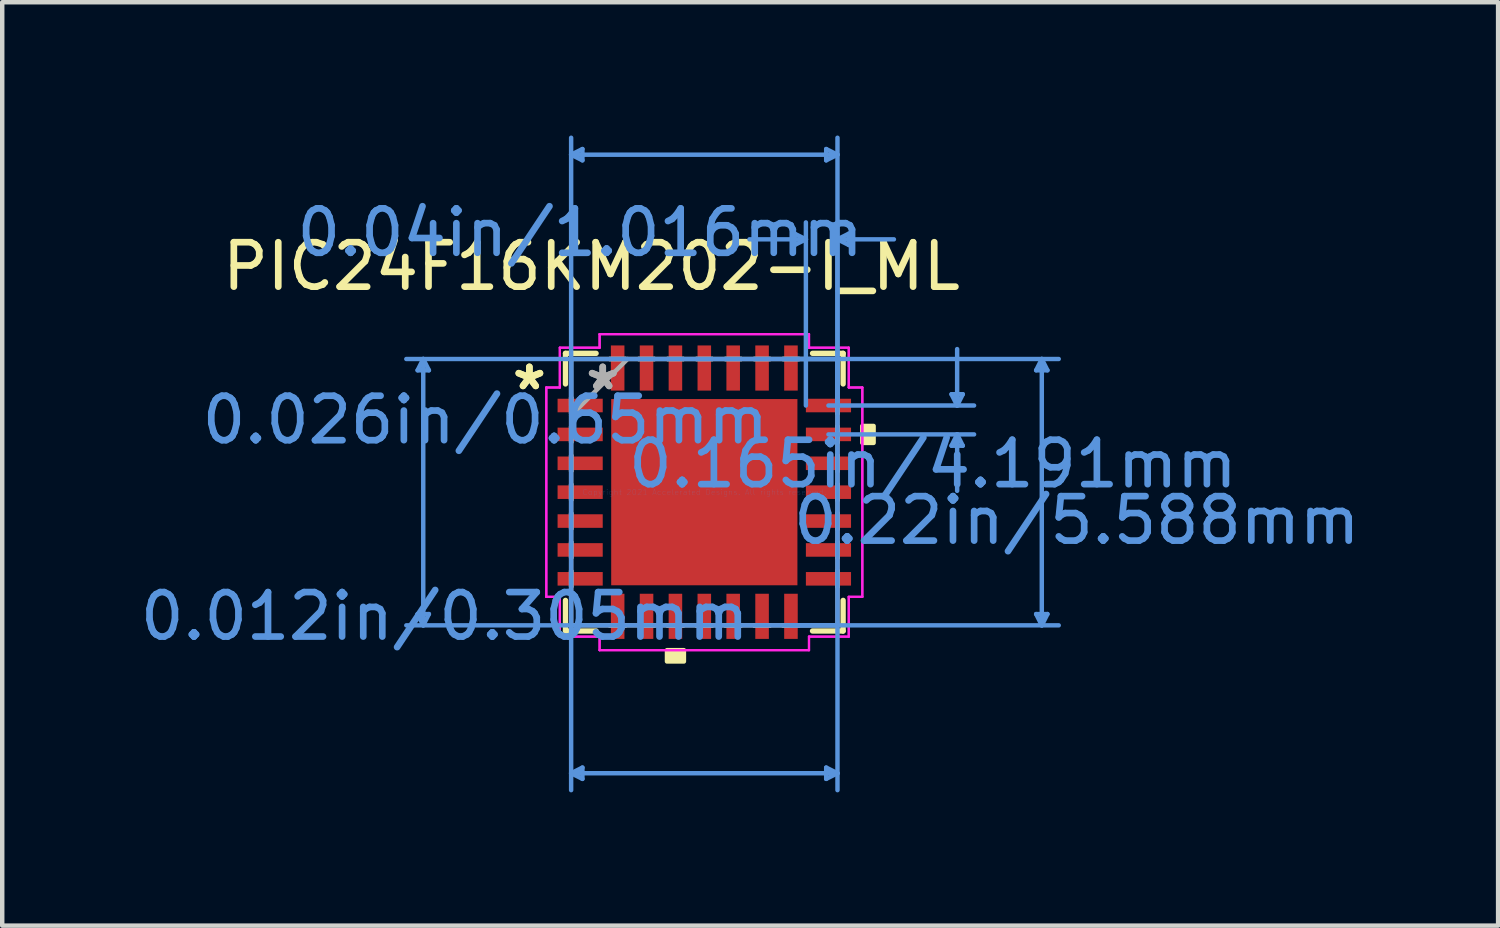
<source format=kicad_pcb>
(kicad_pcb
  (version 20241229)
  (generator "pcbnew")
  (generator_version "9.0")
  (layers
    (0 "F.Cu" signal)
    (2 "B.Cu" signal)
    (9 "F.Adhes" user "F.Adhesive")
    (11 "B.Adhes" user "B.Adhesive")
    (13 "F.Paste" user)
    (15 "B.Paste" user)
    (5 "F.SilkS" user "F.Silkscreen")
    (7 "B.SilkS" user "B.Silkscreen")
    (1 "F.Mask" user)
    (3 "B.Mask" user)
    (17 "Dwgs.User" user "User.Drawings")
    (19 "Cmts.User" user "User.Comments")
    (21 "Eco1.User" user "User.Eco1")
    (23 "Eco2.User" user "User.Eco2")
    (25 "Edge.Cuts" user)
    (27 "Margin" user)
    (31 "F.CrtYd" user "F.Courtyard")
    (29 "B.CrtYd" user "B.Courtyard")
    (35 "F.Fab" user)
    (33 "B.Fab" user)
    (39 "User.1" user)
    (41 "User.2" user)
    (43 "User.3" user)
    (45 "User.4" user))
  (footprint "PIC24F16KM202-I_ML"
    (layer "F.Cu")
    (at 12.8 8.026)
    (property "Reference" "PIC24F16KM202-I_ML" (at -2.54 -5.08 0) (layer "F.SilkS") (effects (font (size 1 1) (thickness 0.15))))
    (attr through_hole)
    (fp_line (start -3.124 -3.124) (end -3.124 -2.435) (stroke (width 0.12) (type solid)) (layer "F.SilkS"))
    (fp_line (start -3.124 2.435) (end -3.124 3.124) (stroke (width 0.12) (type solid)) (layer "F.SilkS"))
    (fp_line (start -3.124 3.124) (end -2.435 3.124) (stroke (width 0.12) (type solid)) (layer "F.SilkS"))
    (fp_line (start -2.435 -3.124) (end -3.124 -3.124) (stroke (width 0.12) (type solid)) (layer "F.SilkS"))
    (fp_line (start 2.435 3.124) (end 3.124 3.124) (stroke (width 0.12) (type solid)) (layer "F.SilkS"))
    (fp_line (start 3.124 -3.124) (end 2.435 -3.124) (stroke (width 0.12) (type solid)) (layer "F.SilkS"))
    (fp_line (start 3.124 -2.435) (end 3.124 -3.124) (stroke (width 0.12) (type solid)) (layer "F.SilkS"))
    (fp_line (start 3.124 3.124) (end 3.124 2.435) (stroke (width 0.12) (type solid)) (layer "F.SilkS"))
    (fp_poly (pts (xy -0.84 3.556) (xy -0.84 3.81) (xy -0.459 3.81) (xy -0.459 3.556)) (stroke (width 0.1) (type solid)) (fill yes) (layer "F.SilkS"))
    (fp_poly (pts (xy 3.81 -1.49) (xy 3.81 -1.109) (xy 3.556 -1.109) (xy 3.556 -1.49)) (stroke (width 0.1) (type solid)) (fill yes) (layer "F.SilkS"))
    (fp_poly (pts (xy -1.996 -1.996) (xy -1.996 -0.798) (xy -0.798 -0.798) (xy -0.798 -1.996)) (stroke (width 0.1) (type solid)) (fill yes) (layer "F.Paste"))
    (fp_poly (pts (xy -1.996 -0.599) (xy -1.996 0.599) (xy -0.798 0.599) (xy -0.798 -0.599)) (stroke (width 0.1) (type solid)) (fill yes) (layer "F.Paste"))
    (fp_poly (pts (xy -1.996 0.798) (xy -1.996 1.996) (xy -0.798 1.996) (xy -0.798 0.798)) (stroke (width 0.1) (type solid)) (fill yes) (layer "F.Paste"))
    (fp_poly (pts (xy -0.599 -1.996) (xy -0.599 -0.798) (xy 0.599 -0.798) (xy 0.599 -1.996)) (stroke (width 0.1) (type solid)) (fill yes) (layer "F.Paste"))
    (fp_poly (pts (xy -0.599 -0.599) (xy -0.599 0.599) (xy 0.599 0.599) (xy 0.599 -0.599)) (stroke (width 0.1) (type solid)) (fill yes) (layer "F.Paste"))
    (fp_poly (pts (xy -0.599 0.798) (xy -0.599 1.996) (xy 0.599 1.996) (xy 0.599 0.798)) (stroke (width 0.1) (type solid)) (fill yes) (layer "F.Paste"))
    (fp_poly (pts (xy 0.798 -1.996) (xy 0.798 -0.798) (xy 1.996 -0.798) (xy 1.996 -1.996)) (stroke (width 0.1) (type solid)) (fill yes) (layer "F.Paste"))
    (fp_poly (pts (xy 0.798 -0.599) (xy 0.798 0.599) (xy 1.996 0.599) (xy 1.996 -0.599)) (stroke (width 0.1) (type solid)) (fill yes) (layer "F.Paste"))
    (fp_poly (pts (xy 0.798 0.798) (xy 0.798 1.996) (xy 1.996 1.996) (xy 1.996 0.798)) (stroke (width 0.1) (type solid)) (fill yes) (layer "F.Paste"))
    (fp_line (start -6.452 -2.743) (end -6.198 -2.743) (stroke (width 0.1) (type solid)) (layer "Cmts.User"))
    (fp_line (start -6.452 2.743) (end -6.198 2.743) (stroke (width 0.1) (type solid)) (layer "Cmts.User"))
    (fp_line (start -6.325 -2.997) (end -6.452 -2.743) (stroke (width 0.1) (type solid)) (layer "Cmts.User"))
    (fp_line (start -6.325 -2.997) (end -6.325 2.997) (stroke (width 0.1) (type solid)) (layer "Cmts.User"))
    (fp_line (start -6.325 -2.997) (end -6.198 -2.743) (stroke (width 0.1) (type solid)) (layer "Cmts.User"))
    (fp_line (start -6.325 2.997) (end -6.452 2.743) (stroke (width 0.1) (type solid)) (layer "Cmts.User"))
    (fp_line (start -6.325 2.997) (end -6.198 2.743) (stroke (width 0.1) (type solid)) (layer "Cmts.User"))
    (fp_line (start -2.997 -7.595) (end -2.743 -7.722) (stroke (width 0.1) (type solid)) (layer "Cmts.User"))
    (fp_line (start -2.997 -7.595) (end -2.743 -7.468) (stroke (width 0.1) (type solid)) (layer "Cmts.User"))
    (fp_line (start -2.997 -7.595) (end 2.997 -7.595) (stroke (width 0.1) (type solid)) (layer "Cmts.User"))
    (fp_line (start -2.997 -2.997) (end -2.997 6.706) (stroke (width 0.1) (type solid)) (layer "Cmts.User"))
    (fp_line (start -2.997 -1.95) (end -2.997 -7.976) (stroke (width 0.1) (type solid)) (layer "Cmts.User"))
    (fp_line (start -2.997 6.325) (end -2.743 6.198) (stroke (width 0.1) (type solid)) (layer "Cmts.User"))
    (fp_line (start -2.997 6.325) (end -2.743 6.452) (stroke (width 0.1) (type solid)) (layer "Cmts.User"))
    (fp_line (start -2.997 6.325) (end 2.997 6.325) (stroke (width 0.1) (type solid)) (layer "Cmts.User"))
    (fp_line (start -2.743 -7.722) (end -2.743 -7.468) (stroke (width 0.1) (type solid)) (layer "Cmts.User"))
    (fp_line (start -2.743 6.198) (end -2.743 6.452) (stroke (width 0.1) (type solid)) (layer "Cmts.User"))
    (fp_line (start 1.95 -2.997) (end 7.976 -2.997) (stroke (width 0.1) (type solid)) (layer "Cmts.User"))
    (fp_line (start 1.95 2.997) (end 7.976 2.997) (stroke (width 0.1) (type solid)) (layer "Cmts.User"))
    (fp_line (start 2.032 -5.817) (end 2.032 -5.563) (stroke (width 0.1) (type solid)) (layer "Cmts.User"))
    (fp_line (start 2.286 -5.69) (end 1.016 -5.69) (stroke (width 0.1) (type solid)) (layer "Cmts.User"))
    (fp_line (start 2.286 -5.69) (end 2.032 -5.817) (stroke (width 0.1) (type solid)) (layer "Cmts.User"))
    (fp_line (start 2.286 -5.69) (end 2.032 -5.563) (stroke (width 0.1) (type solid)) (layer "Cmts.User"))
    (fp_line (start 2.286 -1.95) (end 2.286 -6.071) (stroke (width 0.1) (type solid)) (layer "Cmts.User"))
    (fp_line (start 2.743 -7.722) (end 2.743 -7.468) (stroke (width 0.1) (type solid)) (layer "Cmts.User"))
    (fp_line (start 2.743 6.198) (end 2.743 6.452) (stroke (width 0.1) (type solid)) (layer "Cmts.User"))
    (fp_line (start 2.794 -1.95) (end 6.071 -1.95) (stroke (width 0.1) (type solid)) (layer "Cmts.User"))
    (fp_line (start 2.794 -1.3) (end 6.071 -1.3) (stroke (width 0.1) (type solid)) (layer "Cmts.User"))
    (fp_line (start 2.997 -7.595) (end 2.743 -7.722) (stroke (width 0.1) (type solid)) (layer "Cmts.User"))
    (fp_line (start 2.997 -7.595) (end 2.743 -7.468) (stroke (width 0.1) (type solid)) (layer "Cmts.User"))
    (fp_line (start 2.997 -5.69) (end 3.251 -5.817) (stroke (width 0.1) (type solid)) (layer "Cmts.User"))
    (fp_line (start 2.997 -5.69) (end 3.251 -5.563) (stroke (width 0.1) (type solid)) (layer "Cmts.User"))
    (fp_line (start 2.997 -5.69) (end 4.267 -5.69) (stroke (width 0.1) (type solid)) (layer "Cmts.User"))
    (fp_line (start 2.997 -2.997) (end -6.706 -2.997) (stroke (width 0.1) (type solid)) (layer "Cmts.User"))
    (fp_line (start 2.997 -2.997) (end 2.997 6.706) (stroke (width 0.1) (type solid)) (layer "Cmts.User"))
    (fp_line (start 2.997 -1.95) (end 2.997 -7.976) (stroke (width 0.1) (type solid)) (layer "Cmts.User"))
    (fp_line (start 2.997 -1.95) (end 2.997 -6.071) (stroke (width 0.1) (type solid)) (layer "Cmts.User"))
    (fp_line (start 2.997 2.997) (end -6.706 2.997) (stroke (width 0.1) (type solid)) (layer "Cmts.User"))
    (fp_line (start 2.997 6.325) (end 2.743 6.198) (stroke (width 0.1) (type solid)) (layer "Cmts.User"))
    (fp_line (start 2.997 6.325) (end 2.743 6.452) (stroke (width 0.1) (type solid)) (layer "Cmts.User"))
    (fp_line (start 3.251 -5.817) (end 3.251 -5.563) (stroke (width 0.1) (type solid)) (layer "Cmts.User"))
    (fp_line (start 5.563 -2.204) (end 5.817 -2.204) (stroke (width 0.1) (type solid)) (layer "Cmts.User"))
    (fp_line (start 5.563 -1.046) (end 5.817 -1.046) (stroke (width 0.1) (type solid)) (layer "Cmts.User"))
    (fp_line (start 5.69 -1.95) (end 5.563 -2.204) (stroke (width 0.1) (type solid)) (layer "Cmts.User"))
    (fp_line (start 5.69 -1.95) (end 5.69 -3.22) (stroke (width 0.1) (type solid)) (layer "Cmts.User"))
    (fp_line (start 5.69 -1.95) (end 5.817 -2.204) (stroke (width 0.1) (type solid)) (layer "Cmts.User"))
    (fp_line (start 5.69 -1.3) (end 5.563 -1.046) (stroke (width 0.1) (type solid)) (layer "Cmts.User"))
    (fp_line (start 5.69 -1.3) (end 5.69 -0.03) (stroke (width 0.1) (type solid)) (layer "Cmts.User"))
    (fp_line (start 5.69 -1.3) (end 5.817 -1.046) (stroke (width 0.1) (type solid)) (layer "Cmts.User"))
    (fp_line (start 7.468 -2.743) (end 7.722 -2.743) (stroke (width 0.1) (type solid)) (layer "Cmts.User"))
    (fp_line (start 7.468 2.743) (end 7.722 2.743) (stroke (width 0.1) (type solid)) (layer "Cmts.User"))
    (fp_line (start 7.595 -2.997) (end 7.468 -2.743) (stroke (width 0.1) (type solid)) (layer "Cmts.User"))
    (fp_line (start 7.595 -2.997) (end 7.595 2.997) (stroke (width 0.1) (type solid)) (layer "Cmts.User"))
    (fp_line (start 7.595 -2.997) (end 7.722 -2.743) (stroke (width 0.1) (type solid)) (layer "Cmts.User"))
    (fp_line (start 7.595 2.997) (end 7.468 2.743) (stroke (width 0.1) (type solid)) (layer "Cmts.User"))
    (fp_line (start 7.595 2.997) (end 7.722 2.743) (stroke (width 0.1) (type solid)) (layer "Cmts.User"))
    (fp_line (start -3.556 -2.356) (end -3.251 -2.356) (stroke (width 0.05) (type solid)) (layer "F.CrtYd"))
    (fp_line (start -3.556 -2.356) (end -3.251 -2.356) (stroke (width 0.05) (type solid)) (layer "F.CrtYd"))
    (fp_line (start -3.556 2.356) (end -3.556 -2.356) (stroke (width 0.05) (type solid)) (layer "F.CrtYd"))
    (fp_line (start -3.556 2.356) (end -3.556 -2.356) (stroke (width 0.05) (type solid)) (layer "F.CrtYd"))
    (fp_line (start -3.251 -3.251) (end -2.356 -3.251) (stroke (width 0.05) (type solid)) (layer "F.CrtYd"))
    (fp_line (start -3.251 -3.251) (end -2.356 -3.251) (stroke (width 0.05) (type solid)) (layer "F.CrtYd"))
    (fp_line (start -3.251 -2.356) (end -3.251 -3.251) (stroke (width 0.05) (type solid)) (layer "F.CrtYd"))
    (fp_line (start -3.251 -2.356) (end -3.251 -3.251) (stroke (width 0.05) (type solid)) (layer "F.CrtYd"))
    (fp_line (start -3.251 2.356) (end -3.556 2.356) (stroke (width 0.05) (type solid)) (layer "F.CrtYd"))
    (fp_line (start -3.251 2.356) (end -3.556 2.356) (stroke (width 0.05) (type solid)) (layer "F.CrtYd"))
    (fp_line (start -3.251 3.251) (end -3.251 2.356) (stroke (width 0.05) (type solid)) (layer "F.CrtYd"))
    (fp_line (start -3.251 3.251) (end -3.251 2.356) (stroke (width 0.05) (type solid)) (layer "F.CrtYd"))
    (fp_line (start -2.356 -3.556) (end 2.356 -3.556) (stroke (width 0.05) (type solid)) (layer "F.CrtYd"))
    (fp_line (start -2.356 -3.556) (end 2.356 -3.556) (stroke (width 0.05) (type solid)) (layer "F.CrtYd"))
    (fp_line (start -2.356 -3.251) (end -2.356 -3.556) (stroke (width 0.05) (type solid)) (layer "F.CrtYd"))
    (fp_line (start -2.356 -3.251) (end -2.356 -3.556) (stroke (width 0.05) (type solid)) (layer "F.CrtYd"))
    (fp_line (start -2.356 3.251) (end -3.251 3.251) (stroke (width 0.05) (type solid)) (layer "F.CrtYd"))
    (fp_line (start -2.356 3.251) (end -3.251 3.251) (stroke (width 0.05) (type solid)) (layer "F.CrtYd"))
    (fp_line (start -2.356 3.556) (end -2.356 3.251) (stroke (width 0.05) (type solid)) (layer "F.CrtYd"))
    (fp_line (start -2.356 3.556) (end -2.356 3.251) (stroke (width 0.05) (type solid)) (layer "F.CrtYd"))
    (fp_line (start 2.356 -3.556) (end 2.356 -3.251) (stroke (width 0.05) (type solid)) (layer "F.CrtYd"))
    (fp_line (start 2.356 -3.556) (end 2.356 -3.251) (stroke (width 0.05) (type solid)) (layer "F.CrtYd"))
    (fp_line (start 2.356 -3.251) (end 3.251 -3.251) (stroke (width 0.05) (type solid)) (layer "F.CrtYd"))
    (fp_line (start 2.356 -3.251) (end 3.251 -3.251) (stroke (width 0.05) (type solid)) (layer "F.CrtYd"))
    (fp_line (start 2.356 3.251) (end 2.356 3.556) (stroke (width 0.05) (type solid)) (layer "F.CrtYd"))
    (fp_line (start 2.356 3.251) (end 2.356 3.556) (stroke (width 0.05) (type solid)) (layer "F.CrtYd"))
    (fp_line (start 2.356 3.556) (end -2.356 3.556) (stroke (width 0.05) (type solid)) (layer "F.CrtYd"))
    (fp_line (start 2.356 3.556) (end -2.356 3.556) (stroke (width 0.05) (type solid)) (layer "F.CrtYd"))
    (fp_line (start 3.251 -3.251) (end 3.251 -2.356) (stroke (width 0.05) (type solid)) (layer "F.CrtYd"))
    (fp_line (start 3.251 -3.251) (end 3.251 -2.356) (stroke (width 0.05) (type solid)) (layer "F.CrtYd"))
    (fp_line (start 3.251 -2.356) (end 3.556 -2.356) (stroke (width 0.05) (type solid)) (layer "F.CrtYd"))
    (fp_line (start 3.251 -2.356) (end 3.556 -2.356) (stroke (width 0.05) (type solid)) (layer "F.CrtYd"))
    (fp_line (start 3.251 2.356) (end 3.251 3.251) (stroke (width 0.05) (type solid)) (layer "F.CrtYd"))
    (fp_line (start 3.251 2.356) (end 3.251 3.251) (stroke (width 0.05) (type solid)) (layer "F.CrtYd"))
    (fp_line (start 3.251 3.251) (end 2.356 3.251) (stroke (width 0.05) (type solid)) (layer "F.CrtYd"))
    (fp_line (start 3.251 3.251) (end 2.356 3.251) (stroke (width 0.05) (type solid)) (layer "F.CrtYd"))
    (fp_line (start 3.556 -2.356) (end 3.556 2.356) (stroke (width 0.05) (type solid)) (layer "F.CrtYd"))
    (fp_line (start 3.556 -2.356) (end 3.556 2.356) (stroke (width 0.05) (type solid)) (layer "F.CrtYd"))
    (fp_line (start 3.556 2.356) (end 3.251 2.356) (stroke (width 0.05) (type solid)) (layer "F.CrtYd"))
    (fp_line (start 3.556 2.356) (end 3.251 2.356) (stroke (width 0.05) (type solid)) (layer "F.CrtYd"))
    (fp_line (start -2.997 -2.997) (end -2.997 -2.997) (stroke (width 0.1) (type solid)) (layer "F.Fab"))
    (fp_line (start -2.997 -2.997) (end -2.997 2.997) (stroke (width 0.1) (type solid)) (layer "F.Fab"))
    (fp_line (start -2.997 -2.128) (end -2.997 -2.128) (stroke (width 0.1) (type solid)) (layer "F.Fab"))
    (fp_line (start -2.997 -2.128) (end -2.997 -1.772) (stroke (width 0.1) (type solid)) (layer "F.Fab"))
    (fp_line (start -2.997 -1.772) (end -2.997 -2.128) (stroke (width 0.1) (type solid)) (layer "F.Fab"))
    (fp_line (start -2.997 -1.772) (end -2.997 -1.772) (stroke (width 0.1) (type solid)) (layer "F.Fab"))
    (fp_line (start -2.997 -1.727) (end -1.727 -2.997) (stroke (width 0.1) (type solid)) (layer "F.Fab"))
    (fp_line (start -2.997 -1.478) (end -2.997 -1.478) (stroke (width 0.1) (type solid)) (layer "F.Fab"))
    (fp_line (start -2.997 -1.478) (end -2.997 -1.122) (stroke (width 0.1) (type solid)) (layer "F.Fab"))
    (fp_line (start -2.997 -1.122) (end -2.997 -1.478) (stroke (width 0.1) (type solid)) (layer "F.Fab"))
    (fp_line (start -2.997 -1.122) (end -2.997 -1.122) (stroke (width 0.1) (type solid)) (layer "F.Fab"))
    (fp_line (start -2.997 -0.828) (end -2.997 -0.828) (stroke (width 0.1) (type solid)) (layer "F.Fab"))
    (fp_line (start -2.997 -0.828) (end -2.997 -0.472) (stroke (width 0.1) (type solid)) (layer "F.Fab"))
    (fp_line (start -2.997 -0.472) (end -2.997 -0.828) (stroke (width 0.1) (type solid)) (layer "F.Fab"))
    (fp_line (start -2.997 -0.472) (end -2.997 -0.472) (stroke (width 0.1) (type solid)) (layer "F.Fab"))
    (fp_line (start -2.997 -0.178) (end -2.997 -0.178) (stroke (width 0.1) (type solid)) (layer "F.Fab"))
    (fp_line (start -2.997 -0.178) (end -2.997 0.178) (stroke (width 0.1) (type solid)) (layer "F.Fab"))
    (fp_line (start -2.997 0.178) (end -2.997 -0.178) (stroke (width 0.1) (type solid)) (layer "F.Fab"))
    (fp_line (start -2.997 0.178) (end -2.997 0.178) (stroke (width 0.1) (type solid)) (layer "F.Fab"))
    (fp_line (start -2.997 0.472) (end -2.997 0.472) (stroke (width 0.1) (type solid)) (layer "F.Fab"))
    (fp_line (start -2.997 0.472) (end -2.997 0.828) (stroke (width 0.1) (type solid)) (layer "F.Fab"))
    (fp_line (start -2.997 0.828) (end -2.997 0.472) (stroke (width 0.1) (type solid)) (layer "F.Fab"))
    (fp_line (start -2.997 0.828) (end -2.997 0.828) (stroke (width 0.1) (type solid)) (layer "F.Fab"))
    (fp_line (start -2.997 1.122) (end -2.997 1.122) (stroke (width 0.1) (type solid)) (layer "F.Fab"))
    (fp_line (start -2.997 1.122) (end -2.997 1.478) (stroke (width 0.1) (type solid)) (layer "F.Fab"))
    (fp_line (start -2.997 1.478) (end -2.997 1.122) (stroke (width 0.1) (type solid)) (layer "F.Fab"))
    (fp_line (start -2.997 1.478) (end -2.997 1.478) (stroke (width 0.1) (type solid)) (layer "F.Fab"))
    (fp_line (start -2.997 1.772) (end -2.997 1.772) (stroke (width 0.1) (type solid)) (layer "F.Fab"))
    (fp_line (start -2.997 1.772) (end -2.997 2.128) (stroke (width 0.1) (type solid)) (layer "F.Fab"))
    (fp_line (start -2.997 2.128) (end -2.997 1.772) (stroke (width 0.1) (type solid)) (layer "F.Fab"))
    (fp_line (start -2.997 2.128) (end -2.997 2.128) (stroke (width 0.1) (type solid)) (layer "F.Fab"))
    (fp_line (start -2.997 2.997) (end -2.997 2.997) (stroke (width 0.1) (type solid)) (layer "F.Fab"))
    (fp_line (start -2.997 2.997) (end 2.997 2.997) (stroke (width 0.1) (type solid)) (layer "F.Fab"))
    (fp_line (start -2.128 -2.997) (end -2.128 -2.997) (stroke (width 0.1) (type solid)) (layer "F.Fab"))
    (fp_line (start -2.128 -2.997) (end -1.772 -2.997) (stroke (width 0.1) (type solid)) (layer "F.Fab"))
    (fp_line (start -2.128 2.997) (end -2.128 2.997) (stroke (width 0.1) (type solid)) (layer "F.Fab"))
    (fp_line (start -2.128 2.997) (end -1.772 2.997) (stroke (width 0.1) (type solid)) (layer "F.Fab"))
    (fp_line (start -1.772 -2.997) (end -2.128 -2.997) (stroke (width 0.1) (type solid)) (layer "F.Fab"))
    (fp_line (start -1.772 -2.997) (end -1.772 -2.997) (stroke (width 0.1) (type solid)) (layer "F.Fab"))
    (fp_line (start -1.772 2.997) (end -2.128 2.997) (stroke (width 0.1) (type solid)) (layer "F.Fab"))
    (fp_line (start -1.772 2.997) (end -1.772 2.997) (stroke (width 0.1) (type solid)) (layer "F.Fab"))
    (fp_line (start -1.478 -2.997) (end -1.478 -2.997) (stroke (width 0.1) (type solid)) (layer "F.Fab"))
    (fp_line (start -1.478 -2.997) (end -1.122 -2.997) (stroke (width 0.1) (type solid)) (layer "F.Fab"))
    (fp_line (start -1.478 2.997) (end -1.478 2.997) (stroke (width 0.1) (type solid)) (layer "F.Fab"))
    (fp_line (start -1.478 2.997) (end -1.122 2.997) (stroke (width 0.1) (type solid)) (layer "F.Fab"))
    (fp_line (start -1.122 -2.997) (end -1.478 -2.997) (stroke (width 0.1) (type solid)) (layer "F.Fab"))
    (fp_line (start -1.122 -2.997) (end -1.122 -2.997) (stroke (width 0.1) (type solid)) (layer "F.Fab"))
    (fp_line (start -1.122 2.997) (end -1.478 2.997) (stroke (width 0.1) (type solid)) (layer "F.Fab"))
    (fp_line (start -1.122 2.997) (end -1.122 2.997) (stroke (width 0.1) (type solid)) (layer "F.Fab"))
    (fp_line (start -0.828 -2.997) (end -0.828 -2.997) (stroke (width 0.1) (type solid)) (layer "F.Fab"))
    (fp_line (start -0.828 -2.997) (end -0.472 -2.997) (stroke (width 0.1) (type solid)) (layer "F.Fab"))
    (fp_line (start -0.828 2.997) (end -0.828 2.997) (stroke (width 0.1) (type solid)) (layer "F.Fab"))
    (fp_line (start -0.828 2.997) (end -0.472 2.997) (stroke (width 0.1) (type solid)) (layer "F.Fab"))
    (fp_line (start -0.472 -2.997) (end -0.828 -2.997) (stroke (width 0.1) (type solid)) (layer "F.Fab"))
    (fp_line (start -0.472 -2.997) (end -0.472 -2.997) (stroke (width 0.1) (type solid)) (layer "F.Fab"))
    (fp_line (start -0.472 2.997) (end -0.828 2.997) (stroke (width 0.1) (type solid)) (layer "F.Fab"))
    (fp_line (start -0.472 2.997) (end -0.472 2.997) (stroke (width 0.1) (type solid)) (layer "F.Fab"))
    (fp_line (start -0.178 -2.997) (end -0.178 -2.997) (stroke (width 0.1) (type solid)) (layer "F.Fab"))
    (fp_line (start -0.178 -2.997) (end 0.178 -2.997) (stroke (width 0.1) (type solid)) (layer "F.Fab"))
    (fp_line (start -0.178 2.997) (end -0.178 2.997) (stroke (width 0.1) (type solid)) (layer "F.Fab"))
    (fp_line (start -0.178 2.997) (end 0.178 2.997) (stroke (width 0.1) (type solid)) (layer "F.Fab"))
    (fp_line (start 0.178 -2.997) (end -0.178 -2.997) (stroke (width 0.1) (type solid)) (layer "F.Fab"))
    (fp_line (start 0.178 -2.997) (end 0.178 -2.997) (stroke (width 0.1) (type solid)) (layer "F.Fab"))
    (fp_line (start 0.178 2.997) (end -0.178 2.997) (stroke (width 0.1) (type solid)) (layer "F.Fab"))
    (fp_line (start 0.178 2.997) (end 0.178 2.997) (stroke (width 0.1) (type solid)) (layer "F.Fab"))
    (fp_line (start 0.472 -2.997) (end 0.472 -2.997) (stroke (width 0.1) (type solid)) (layer "F.Fab"))
    (fp_line (start 0.472 -2.997) (end 0.828 -2.997) (stroke (width 0.1) (type solid)) (layer "F.Fab"))
    (fp_line (start 0.472 2.997) (end 0.472 2.997) (stroke (width 0.1) (type solid)) (layer "F.Fab"))
    (fp_line (start 0.472 2.997) (end 0.828 2.997) (stroke (width 0.1) (type solid)) (layer "F.Fab"))
    (fp_line (start 0.828 -2.997) (end 0.472 -2.997) (stroke (width 0.1) (type solid)) (layer "F.Fab"))
    (fp_line (start 0.828 -2.997) (end 0.828 -2.997) (stroke (width 0.1) (type solid)) (layer "F.Fab"))
    (fp_line (start 0.828 2.997) (end 0.472 2.997) (stroke (width 0.1) (type solid)) (layer "F.Fab"))
    (fp_line (start 0.828 2.997) (end 0.828 2.997) (stroke (width 0.1) (type solid)) (layer "F.Fab"))
    (fp_line (start 1.122 -2.997) (end 1.122 -2.997) (stroke (width 0.1) (type solid)) (layer "F.Fab"))
    (fp_line (start 1.122 -2.997) (end 1.478 -2.997) (stroke (width 0.1) (type solid)) (layer "F.Fab"))
    (fp_line (start 1.122 2.997) (end 1.122 2.997) (stroke (width 0.1) (type solid)) (layer "F.Fab"))
    (fp_line (start 1.122 2.997) (end 1.478 2.997) (stroke (width 0.1) (type solid)) (layer "F.Fab"))
    (fp_line (start 1.478 -2.997) (end 1.122 -2.997) (stroke (width 0.1) (type solid)) (layer "F.Fab"))
    (fp_line (start 1.478 -2.997) (end 1.478 -2.997) (stroke (width 0.1) (type solid)) (layer "F.Fab"))
    (fp_line (start 1.478 2.997) (end 1.122 2.997) (stroke (width 0.1) (type solid)) (layer "F.Fab"))
    (fp_line (start 1.478 2.997) (end 1.478 2.997) (stroke (width 0.1) (type solid)) (layer "F.Fab"))
    (fp_line (start 1.772 -2.997) (end 1.772 -2.997) (stroke (width 0.1) (type solid)) (layer "F.Fab"))
    (fp_line (start 1.772 -2.997) (end 2.128 -2.997) (stroke (width 0.1) (type solid)) (layer "F.Fab"))
    (fp_line (start 1.772 2.997) (end 1.772 2.997) (stroke (width 0.1) (type solid)) (layer "F.Fab"))
    (fp_line (start 1.772 2.997) (end 2.128 2.997) (stroke (width 0.1) (type solid)) (layer "F.Fab"))
    (fp_line (start 2.128 -2.997) (end 1.772 -2.997) (stroke (width 0.1) (type solid)) (layer "F.Fab"))
    (fp_line (start 2.128 -2.997) (end 2.128 -2.997) (stroke (width 0.1) (type solid)) (layer "F.Fab"))
    (fp_line (start 2.128 2.997) (end 1.772 2.997) (stroke (width 0.1) (type solid)) (layer "F.Fab"))
    (fp_line (start 2.128 2.997) (end 2.128 2.997) (stroke (width 0.1) (type solid)) (layer "F.Fab"))
    (fp_line (start 2.997 -2.997) (end -2.997 -2.997) (stroke (width 0.1) (type solid)) (layer "F.Fab"))
    (fp_line (start 2.997 -2.997) (end 2.997 -2.997) (stroke (width 0.1) (type solid)) (layer "F.Fab"))
    (fp_line (start 2.997 -2.128) (end 2.997 -2.128) (stroke (width 0.1) (type solid)) (layer "F.Fab"))
    (fp_line (start 2.997 -2.128) (end 2.997 -1.772) (stroke (width 0.1) (type solid)) (layer "F.Fab"))
    (fp_line (start 2.997 -1.772) (end 2.997 -2.128) (stroke (width 0.1) (type solid)) (layer "F.Fab"))
    (fp_line (start 2.997 -1.772) (end 2.997 -1.772) (stroke (width 0.1) (type solid)) (layer "F.Fab"))
    (fp_line (start 2.997 -1.478) (end 2.997 -1.478) (stroke (width 0.1) (type solid)) (layer "F.Fab"))
    (fp_line (start 2.997 -1.478) (end 2.997 -1.122) (stroke (width 0.1) (type solid)) (layer "F.Fab"))
    (fp_line (start 2.997 -1.122) (end 2.997 -1.478) (stroke (width 0.1) (type solid)) (layer "F.Fab"))
    (fp_line (start 2.997 -1.122) (end 2.997 -1.122) (stroke (width 0.1) (type solid)) (layer "F.Fab"))
    (fp_line (start 2.997 -0.828) (end 2.997 -0.828) (stroke (width 0.1) (type solid)) (layer "F.Fab"))
    (fp_line (start 2.997 -0.828) (end 2.997 -0.472) (stroke (width 0.1) (type solid)) (layer "F.Fab"))
    (fp_line (start 2.997 -0.472) (end 2.997 -0.828) (stroke (width 0.1) (type solid)) (layer "F.Fab"))
    (fp_line (start 2.997 -0.472) (end 2.997 -0.472) (stroke (width 0.1) (type solid)) (layer "F.Fab"))
    (fp_line (start 2.997 -0.178) (end 2.997 -0.178) (stroke (width 0.1) (type solid)) (layer "F.Fab"))
    (fp_line (start 2.997 -0.178) (end 2.997 0.178) (stroke (width 0.1) (type solid)) (layer "F.Fab"))
    (fp_line (start 2.997 0.178) (end 2.997 -0.178) (stroke (width 0.1) (type solid)) (layer "F.Fab"))
    (fp_line (start 2.997 0.178) (end 2.997 0.178) (stroke (width 0.1) (type solid)) (layer "F.Fab"))
    (fp_line (start 2.997 0.472) (end 2.997 0.472) (stroke (width 0.1) (type solid)) (layer "F.Fab"))
    (fp_line (start 2.997 0.472) (end 2.997 0.828) (stroke (width 0.1) (type solid)) (layer "F.Fab"))
    (fp_line (start 2.997 0.828) (end 2.997 0.472) (stroke (width 0.1) (type solid)) (layer "F.Fab"))
    (fp_line (start 2.997 0.828) (end 2.997 0.828) (stroke (width 0.1) (type solid)) (layer "F.Fab"))
    (fp_line (start 2.997 1.122) (end 2.997 1.122) (stroke (width 0.1) (type solid)) (layer "F.Fab"))
    (fp_line (start 2.997 1.122) (end 2.997 1.478) (stroke (width 0.1) (type solid)) (layer "F.Fab"))
    (fp_line (start 2.997 1.478) (end 2.997 1.122) (stroke (width 0.1) (type solid)) (layer "F.Fab"))
    (fp_line (start 2.997 1.478) (end 2.997 1.478) (stroke (width 0.1) (type solid)) (layer "F.Fab"))
    (fp_line (start 2.997 1.772) (end 2.997 1.772) (stroke (width 0.1) (type solid)) (layer "F.Fab"))
    (fp_line (start 2.997 1.772) (end 2.997 2.128) (stroke (width 0.1) (type solid)) (layer "F.Fab"))
    (fp_line (start 2.997 2.128) (end 2.997 1.772) (stroke (width 0.1) (type solid)) (layer "F.Fab"))
    (fp_line (start 2.997 2.128) (end 2.997 2.128) (stroke (width 0.1) (type solid)) (layer "F.Fab"))
    (fp_line (start 2.997 2.997) (end 2.997 -2.997) (stroke (width 0.1) (type solid)) (layer "F.Fab"))
    (fp_line (start 2.997 2.997) (end 2.997 2.997) (stroke (width 0.1) (type solid)) (layer "F.Fab"))
    (fp_text user "*" (at -3.937 -2.275 0) (layer "F.SilkS") (effects (font (size 1 1) (thickness 0.15))))
    (fp_text user "*" (at -3.937 -2.275 0) (layer "F.SilkS") (effects (font (size 1 1) (thickness 0.15))))
    (fp_text user "0.026in/0.65mm" (at -4.928 -1.625 0) (layer "Cmts.User") (effects (font (size 1 1) (thickness 0.15))))
    (fp_text user "0.04in/1.016mm" (at -2.794 -5.842 0) (layer "Cmts.User") (effects (font (size 1 1) (thickness 0.15))))
    (fp_text user "0.012in/0.305mm" (at -5.842 2.794 0) (layer "Cmts.User") (effects (font (size 1 1) (thickness 0.15))))
    (fp_text user "0.165in/4.191mm" (at 5.144 -0.635 0) (layer "Cmts.User") (effects (font (size 1 1) (thickness 0.15))))
    (fp_text user "Copyright 2021 Accelerated Designs. All rights reserved." (at 0 0 0) (layer "Cmts.User") (effects (font (size 0.127 0.127) (thickness 0.002))))
    (fp_text user "0.22in/5.588mm" (at 8.382 0.635 0) (layer "Cmts.User") (effects (font (size 1 1) (thickness 0.15))))
    (fp_text user "*" (at -2.286 -2.275 0) (layer "F.Fab") (effects (font (size 1 1) (thickness 0.15))))
    (fp_text user "*" (at -2.286 -2.275 0) (layer "F.Fab") (effects (font (size 1 1) (thickness 0.15))))
    (pad "1" smd rect (at -2.794 -1.95 90) (size 0.305 1.016) (layers "F.Cu" "F.Mask" "F.Paste"))
    (pad "2" smd rect (at -2.794 -1.3 90) (size 0.305 1.016) (layers "F.Cu" "F.Mask" "F.Paste"))
    (pad "3" smd rect (at -2.794 -0.65 90) (size 0.305 1.016) (layers "F.Cu" "F.Mask" "F.Paste"))
    (pad "4" smd rect (at -2.794 0 90) (size 0.305 1.016) (layers "F.Cu" "F.Mask" "F.Paste"))
    (pad "5" smd rect (at -2.794 0.65 90) (size 0.305 1.016) (layers "F.Cu" "F.Mask" "F.Paste"))
    (pad "6" smd rect (at -2.794 1.3 90) (size 0.305 1.016) (layers "F.Cu" "F.Mask" "F.Paste"))
    (pad "7" smd rect (at -2.794 1.95 90) (size 0.305 1.016) (layers "F.Cu" "F.Mask" "F.Paste"))
    (pad "8" smd rect (at -1.95 2.794) (size 0.305 1.016) (layers "F.Cu" "F.Mask" "F.Paste"))
    (pad "9" smd rect (at -1.3 2.794) (size 0.305 1.016) (layers "F.Cu" "F.Mask" "F.Paste"))
    (pad "10" smd rect (at -0.65 2.794) (size 0.305 1.016) (layers "F.Cu" "F.Mask" "F.Paste"))
    (pad "11" smd rect (at 0 2.794) (size 0.305 1.016) (layers "F.Cu" "F.Mask" "F.Paste"))
    (pad "12" smd rect (at 0.65 2.794) (size 0.305 1.016) (layers "F.Cu" "F.Mask" "F.Paste"))
    (pad "13" smd rect (at 1.3 2.794) (size 0.305 1.016) (layers "F.Cu" "F.Mask" "F.Paste"))
    (pad "14" smd rect (at 1.95 2.794) (size 0.305 1.016) (layers "F.Cu" "F.Mask" "F.Paste"))
    (pad "15" smd rect (at 2.794 1.95 90) (size 0.305 1.016) (layers "F.Cu" "F.Mask" "F.Paste"))
    (pad "16" smd rect (at 2.794 1.3 90) (size 0.305 1.016) (layers "F.Cu" "F.Mask" "F.Paste"))
    (pad "17" smd rect (at 2.794 0.65 90) (size 0.305 1.016) (layers "F.Cu" "F.Mask" "F.Paste"))
    (pad "18" smd rect (at 2.794 0 90) (size 0.305 1.016) (layers "F.Cu" "F.Mask" "F.Paste"))
    (pad "19" smd rect (at 2.794 -0.65 90) (size 0.305 1.016) (layers "F.Cu" "F.Mask" "F.Paste"))
    (pad "20" smd rect (at 2.794 -1.3 90) (size 0.305 1.016) (layers "F.Cu" "F.Mask" "F.Paste"))
    (pad "21" smd rect (at 2.794 -1.95 90) (size 0.305 1.016) (layers "F.Cu" "F.Mask" "F.Paste"))
    (pad "22" smd rect (at 1.95 -2.794) (size 0.305 1.016) (layers "F.Cu" "F.Mask" "F.Paste"))
    (pad "23" smd rect (at 1.3 -2.794) (size 0.305 1.016) (layers "F.Cu" "F.Mask" "F.Paste"))
    (pad "24" smd rect (at 0.65 -2.794) (size 0.305 1.016) (layers "F.Cu" "F.Mask" "F.Paste"))
    (pad "25" smd rect (at 0 -2.794) (size 0.305 1.016) (layers "F.Cu" "F.Mask" "F.Paste"))
    (pad "26" smd rect (at -0.65 -2.794) (size 0.305 1.016) (layers "F.Cu" "F.Mask" "F.Paste"))
    (pad "27" smd rect (at -1.3 -2.794) (size 0.305 1.016) (layers "F.Cu" "F.Mask" "F.Paste"))
    (pad "28" smd rect (at -1.95 -2.794) (size 0.305 1.016) (layers "F.Cu" "F.Mask" "F.Paste"))
    (pad "29" smd rect (at 0 0) (size 4.191 4.191) (layers "F.Cu" "F.Mask")))
  (gr_rect
    (start -3 -3)
    (end 30.664 17.781)
    (stroke (width 0.1) (type default))
    (fill no)
    (layer "Edge.Cuts")))
</source>
